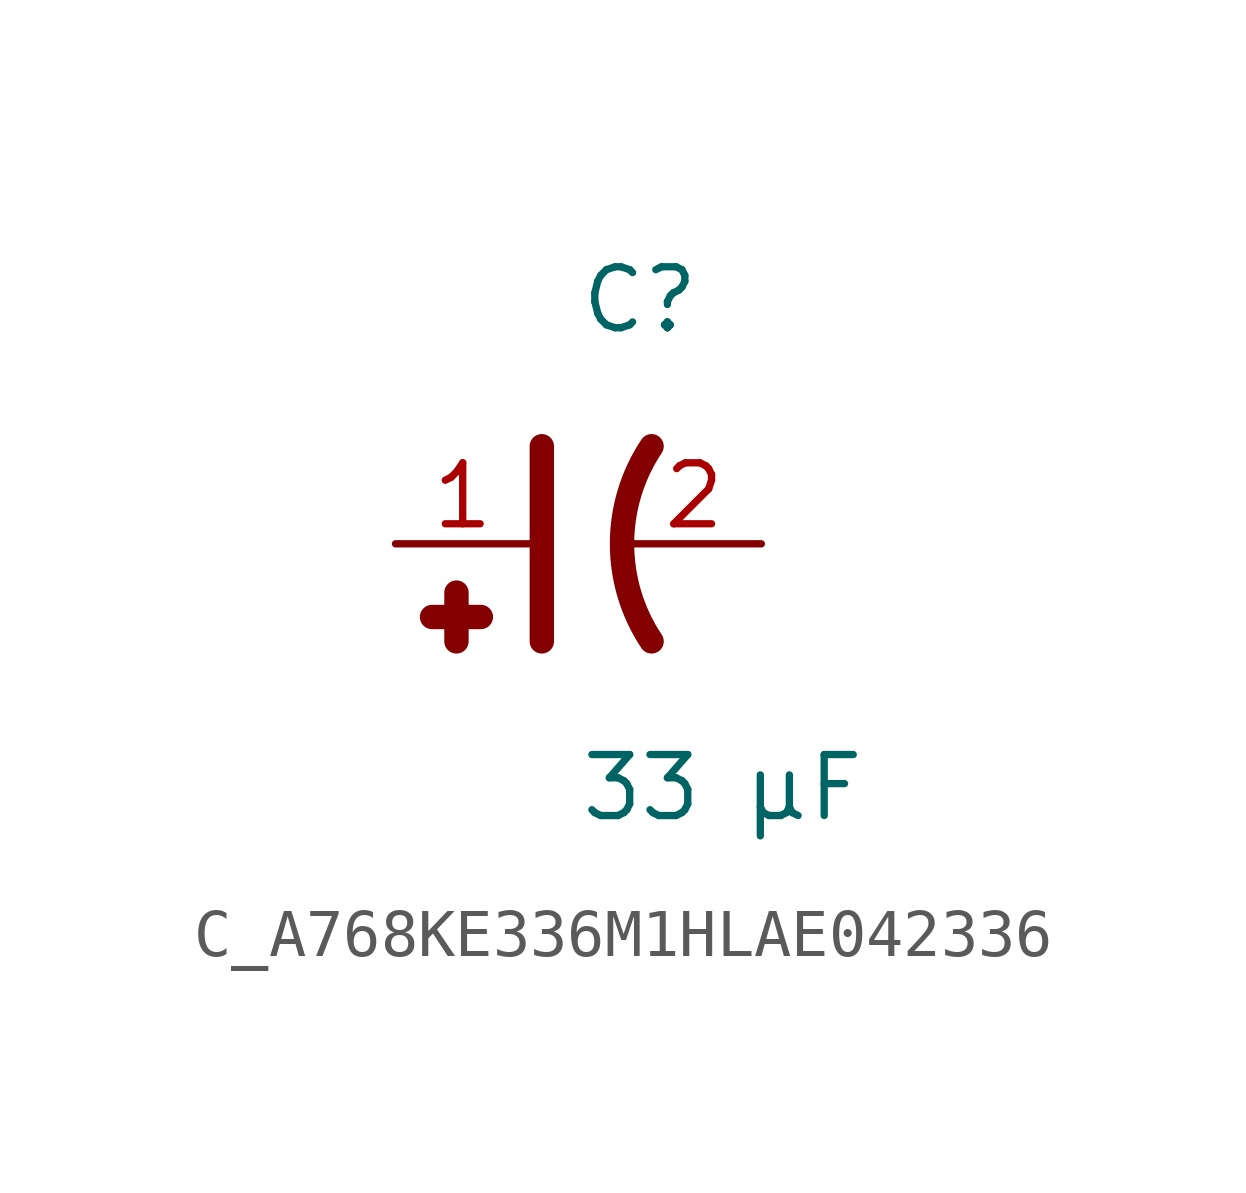
<source format=kicad_sym>
(kicad_symbol_lib
  (version 20231120)
  (generator kicad_symbol_editor)
  (generator_version 8.0)
  (symbol "C_A768KE336M1HLAE042336"
    (pin_names
      (offset 0.254))
    (property "Reference" "C"
      (at 0 5.08 0)
      (effects (font (size 1.27 1.27)) (justify left)))
    (property "Value" "33 µF"
      (at 0 -5.08 0)
      (effects (font (size 1.27 1.27)) (justify left)))
    (symbol "C_A768KE336M1HLAE042336_0_1"
      (polyline (pts (xy -0.762 -2.032) (xy -0.762 2.032)) (stroke (width 0.508) (type default)) (fill (type none)))
      (polyline (pts (xy -2.54 -1.016) (xy -2.54 -2.032)) (stroke (width 0.508) (type default)) (fill (type none)))
      (polyline (pts (xy -2.032 -1.524) (xy -3.048 -1.524)) (stroke (width 0.508) (type default)) (fill (type none)))
      (arc (start 1.524 2.032) (mid 0.9088 0) (end 1.524 -2.032) (stroke (width 0.508) (type default)) (fill (type none))))
    (pin passive line
      (at -3.81 0 0)
      (length 2.8)
      (name "" (effects (font (size 1.27 1.27))))
      (number "1" (effects (font (size 1.27 1.27)))))
    (pin passive line
      (at 3.81 0 180)
      (length 2.8)
      (name "" (effects (font (size 1.27 1.27))))
      (number "2" (effects (font (size 1.27 1.27)))))))
</source>
